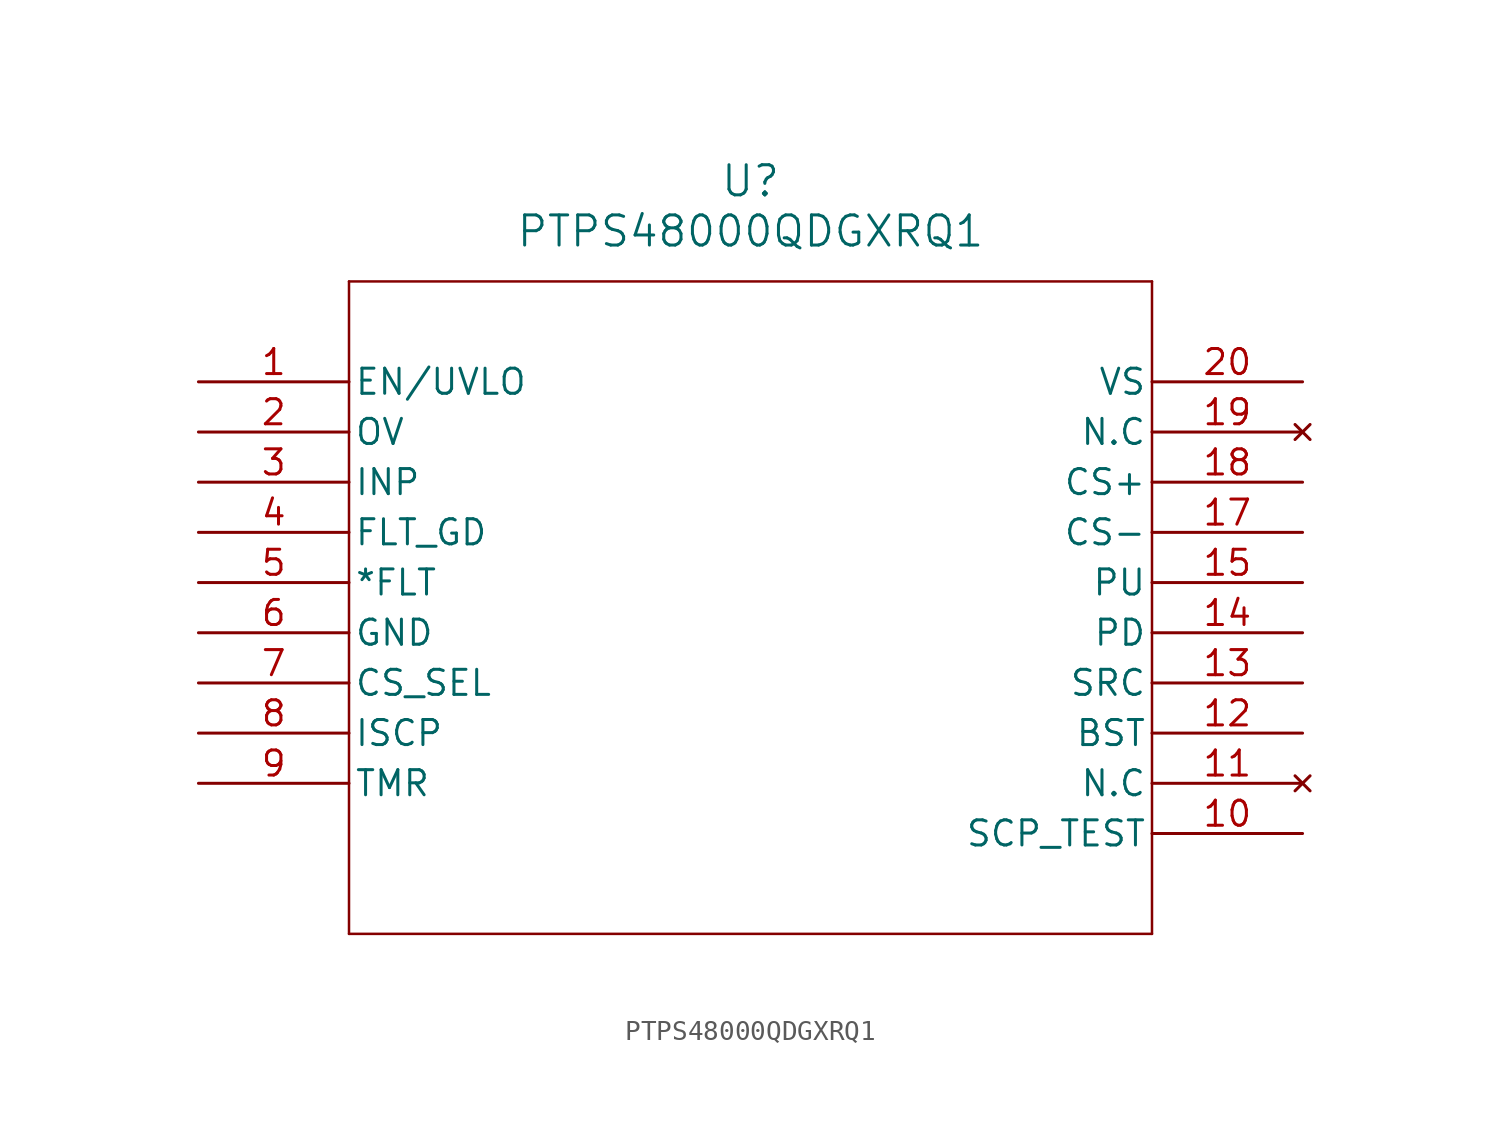
<source format=kicad_sym>
(kicad_symbol_lib
  (version 20211014)
  (generator kicad_symbol_editor)
  (symbol "PTPS48000QDGXRQ1"
    (pin_names
      (offset 0.254))
    (property "Reference" "U"
      (at 27.94 10.16 0)
      (effects (font (size 1.524 1.524))))
    (property "Value" "PTPS48000QDGXRQ1"
      (at 27.94 7.62 0)
      (effects (font (size 1.524 1.524))))
    (symbol "PTPS48000QDGXRQ1_0_1"
      (polyline (pts (xy 7.62 5.08) (xy 7.62 -27.94)) (stroke (width 0.127) (type default) (color 0 0 0 0)) (fill (type none)))
      (polyline (pts (xy 7.62 -27.94) (xy 48.26 -27.94)) (stroke (width 0.127) (type default) (color 0 0 0 0)) (fill (type none)))
      (polyline (pts (xy 48.26 -27.94) (xy 48.26 5.08)) (stroke (width 0.127) (type default) (color 0 0 0 0)) (fill (type none)))
      (polyline (pts (xy 48.26 5.08) (xy 7.62 5.08)) (stroke (width 0.127) (type default) (color 0 0 0 0)) (fill (type none)))
      (pin input line (at 0 0 0) (length 7.62) (name "EN/UVLO" (effects (font (size 1.27 1.27)))) (number "1" (effects (font (size 1.27 1.27)))))
      (pin input line (at 0 -2.54 0) (length 7.62) (name "OV" (effects (font (size 1.27 1.27)))) (number "2" (effects (font (size 1.27 1.27)))))
      (pin input line (at 0 -5.08 0) (length 7.62) (name "INP" (effects (font (size 1.27 1.27)))) (number "3" (effects (font (size 1.27 1.27)))))
      (pin output line (at 0 -7.62 0) (length 7.62) (name "FLT_GD" (effects (font (size 1.27 1.27)))) (number "4" (effects (font (size 1.27 1.27)))))
      (pin output line (at 0 -10.16 0) (length 7.62) (name "*FLT" (effects (font (size 1.27 1.27)))) (number "5" (effects (font (size 1.27 1.27)))))
      (pin power_out line (at 0 -12.7 0) (length 7.62) (name "GND" (effects (font (size 1.27 1.27)))) (number "6" (effects (font (size 1.27 1.27)))))
      (pin input line (at 0 -15.24 0) (length 7.62) (name "CS_SEL" (effects (font (size 1.27 1.27)))) (number "7" (effects (font (size 1.27 1.27)))))
      (pin input line (at 0 -17.78 0) (length 7.62) (name "ISCP" (effects (font (size 1.27 1.27)))) (number "8" (effects (font (size 1.27 1.27)))))
      (pin input line (at 0 -20.32 0) (length 7.62) (name "TMR" (effects (font (size 1.27 1.27)))) (number "9" (effects (font (size 1.27 1.27)))))
      (pin input line (at 55.88 -22.86 180) (length 7.62) (name "SCP_TEST" (effects (font (size 1.27 1.27)))) (number "10" (effects (font (size 1.27 1.27)))))
      (pin no_connect line (at 55.88 -20.32 180) (length 7.62) (name "N.C" (effects (font (size 1.27 1.27)))) (number "11" (effects (font (size 1.27 1.27)))))
      (pin output line (at 55.88 -17.78 180) (length 7.62) (name "BST" (effects (font (size 1.27 1.27)))) (number "12" (effects (font (size 1.27 1.27)))))
      (pin output line (at 55.88 -15.24 180) (length 7.62) (name "SRC" (effects (font (size 1.27 1.27)))) (number "13" (effects (font (size 1.27 1.27)))))
      (pin output line (at 55.88 -12.7 180) (length 7.62) (name "PD" (effects (font (size 1.27 1.27)))) (number "14" (effects (font (size 1.27 1.27)))))
      (pin output line (at 55.88 -10.16 180) (length 7.62) (name "PU" (effects (font (size 1.27 1.27)))) (number "15" (effects (font (size 1.27 1.27)))))
      (pin input line (at 55.88 -7.62 180) (length 7.62) (name "CS-" (effects (font (size 1.27 1.27)))) (number "17" (effects (font (size 1.27 1.27)))))
      (pin input line (at 55.88 -5.08 180) (length 7.62) (name "CS+" (effects (font (size 1.27 1.27)))) (number "18" (effects (font (size 1.27 1.27)))))
      (pin no_connect line (at 55.88 -2.54 180) (length 7.62) (name "N.C" (effects (font (size 1.27 1.27)))) (number "19" (effects (font (size 1.27 1.27)))))
      (pin power_in line (at 55.88 0 180) (length 7.62) (name "VS" (effects (font (size 1.27 1.27)))) (number "20" (effects (font (size 1.27 1.27))))))))
</source>
